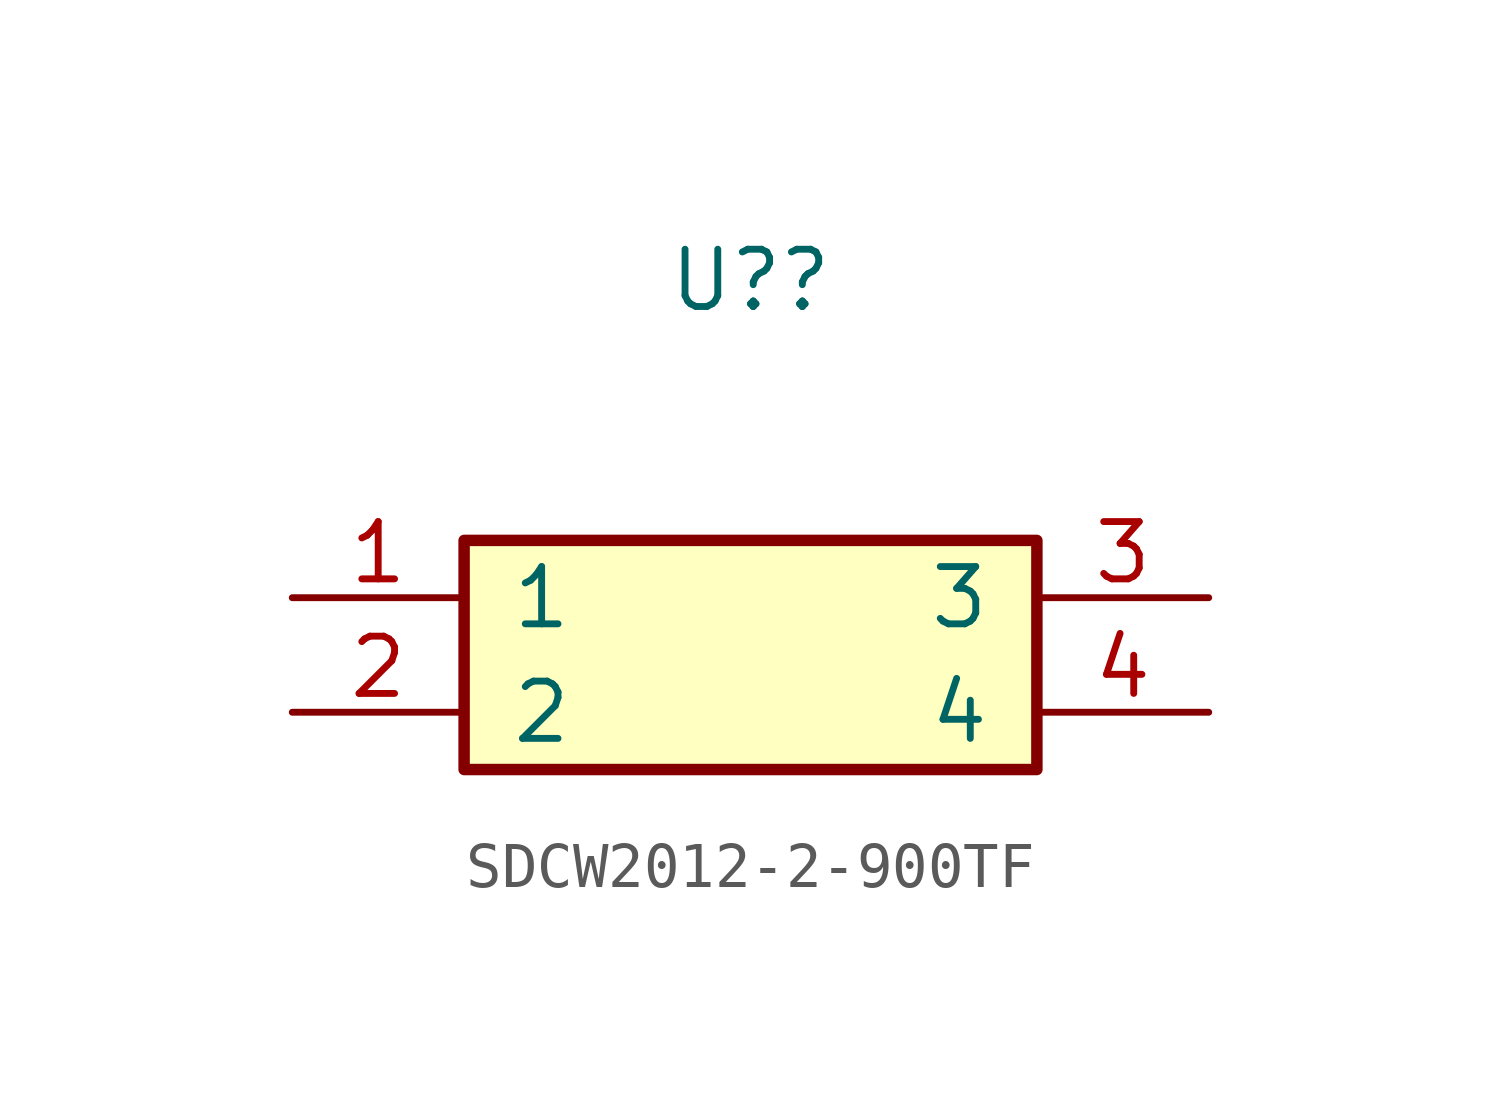
<source format=kicad_sym>
(kicad_symbol_lib
  (version 20241209)
  (generator "kicad_symbol_editor")
  (generator_version "9.0")
  (symbol "SDCW2012-2-900TF"
    (pin_names
      (offset 1.014))
    (property "Reference" "U?"
      (at 0 7.036 0)
      (effects (font (size 1.27 1.27))))
    (symbol "SDCW2012-2-900TF_1_1"
      (rectangle (start -6.35 -3.81) (end 6.35 1.27) (stroke (width 0.254) (type default)) (fill (type background)))
      (pin passive line (at -10.16 0 0) (length 3.81) (name "1" (effects (font (size 1.27 1.27)))) (number "1" (effects (font (size 1.27 1.27)))))
      (pin passive line (at -10.16 -2.54 0) (length 3.81) (name "2" (effects (font (size 1.27 1.27)))) (number "2" (effects (font (size 1.27 1.27)))))
      (pin passive line (at 10.16 0 180) (length 3.81) (name "3" (effects (font (size 1.27 1.27)))) (number "3" (effects (font (size 1.27 1.27)))))
      (pin passive line (at 10.16 -2.54 180) (length 3.81) (name "4" (effects (font (size 1.27 1.27)))) (number "4" (effects (font (size 1.27 1.27))))))))
</source>
